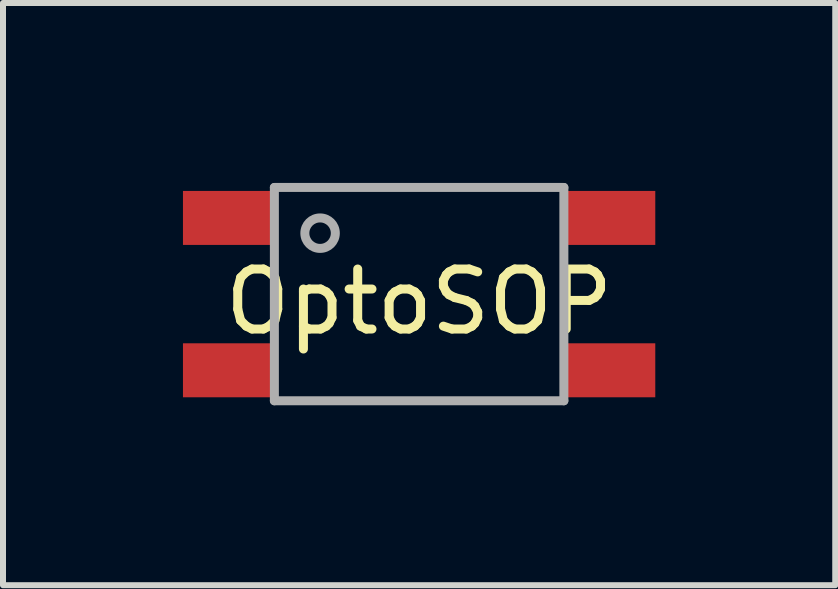
<source format=kicad_pcb>
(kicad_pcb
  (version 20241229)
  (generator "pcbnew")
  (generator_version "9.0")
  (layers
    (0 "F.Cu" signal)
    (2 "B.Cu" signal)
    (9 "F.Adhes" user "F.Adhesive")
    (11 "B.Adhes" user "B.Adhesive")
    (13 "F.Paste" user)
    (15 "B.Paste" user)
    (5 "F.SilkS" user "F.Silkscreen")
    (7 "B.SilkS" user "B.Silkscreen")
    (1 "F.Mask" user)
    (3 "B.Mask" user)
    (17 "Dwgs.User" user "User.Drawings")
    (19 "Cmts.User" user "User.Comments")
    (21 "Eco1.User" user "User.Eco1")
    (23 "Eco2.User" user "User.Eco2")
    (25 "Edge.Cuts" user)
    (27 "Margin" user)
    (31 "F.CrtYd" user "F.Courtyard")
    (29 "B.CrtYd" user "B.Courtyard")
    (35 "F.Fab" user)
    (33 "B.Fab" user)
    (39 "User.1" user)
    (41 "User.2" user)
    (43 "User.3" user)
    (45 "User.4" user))
  (footprint "OptoSOP"
    (layer "F.Cu")
    (at 0.762 0.583)
    (property "Reference" "OptoSOP" (at 3.175 1.397 0) (layer "F.SilkS") (effects (font (size 1 1) (thickness 0.15))))
    (attr through_hole)
    (fp_line (start 0.762 -0.508) (end 0.762 3.048) (stroke (width 0.15) (type solid)) (layer "F.Fab"))
    (fp_line (start 0.762 -0.508) (end 5.588 -0.508) (stroke (width 0.15) (type solid)) (layer "F.Fab"))
    (fp_line (start 0.762 3.048) (end 5.588 3.048) (stroke (width 0.15) (type solid)) (layer "F.Fab"))
    (fp_line (start 5.588 3.048) (end 5.588 -0.508) (stroke (width 0.15) (type solid)) (layer "F.Fab"))
    (fp_circle (center 1.524 0.254) (end 1.524 0) (stroke (width 0.15) (type solid)) (fill no) (layer "F.Fab"))
    (pad "1" smd rect (at 0 0) (size 1.524 0.9) (layers "F.Cu" "F.Mask" "F.Paste"))
    (pad "2" smd rect (at 0 2.54) (size 1.524 0.9) (layers "F.Cu" "F.Mask" "F.Paste"))
    (pad "3" smd rect (at 6.35 2.54) (size 1.524 0.9) (layers "F.Cu" "F.Mask" "F.Paste"))
    (pad "4" smd rect (at 6.35 0) (size 1.524 0.9) (layers "F.Cu" "F.Mask" "F.Paste")))
  (gr_rect
    (start -3 -3)
    (end 10.874 6.706)
    (stroke (width 0.1) (type default))
    (fill no)
    (layer "Edge.Cuts")))
</source>
